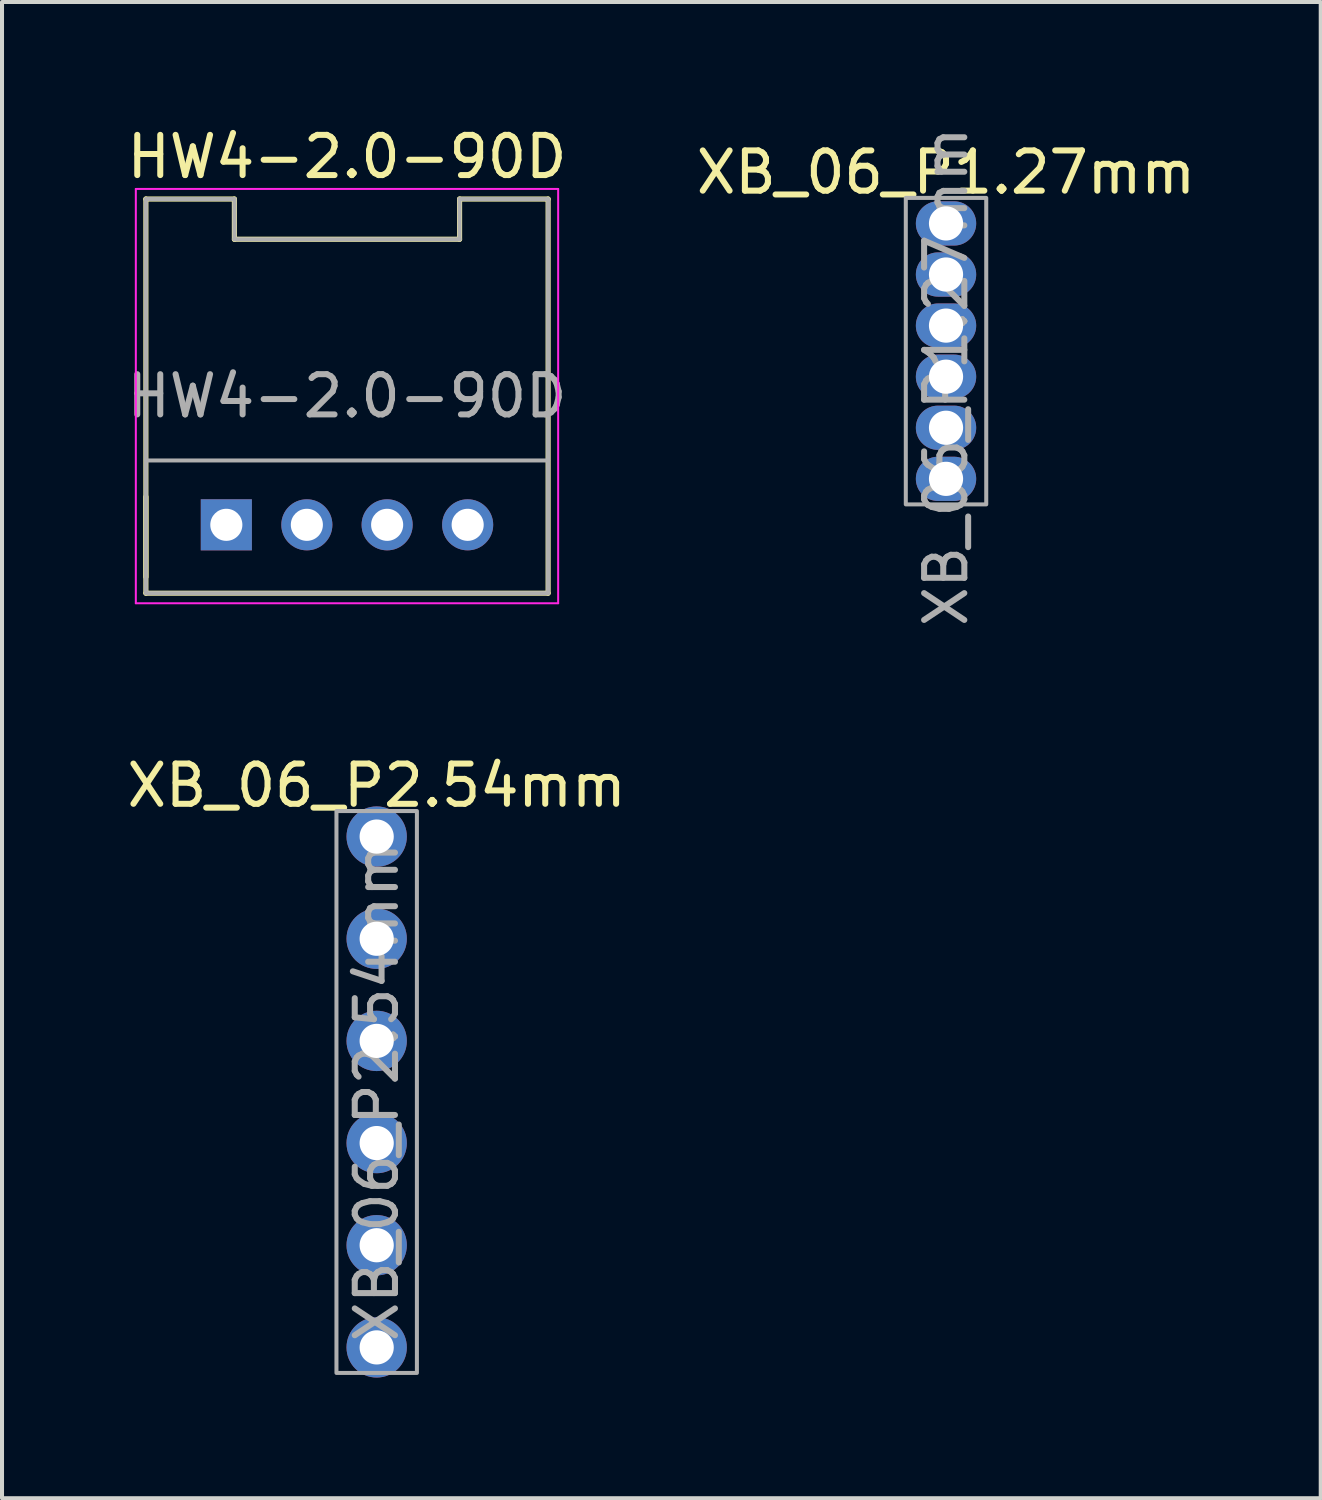
<source format=kicad_pcb>
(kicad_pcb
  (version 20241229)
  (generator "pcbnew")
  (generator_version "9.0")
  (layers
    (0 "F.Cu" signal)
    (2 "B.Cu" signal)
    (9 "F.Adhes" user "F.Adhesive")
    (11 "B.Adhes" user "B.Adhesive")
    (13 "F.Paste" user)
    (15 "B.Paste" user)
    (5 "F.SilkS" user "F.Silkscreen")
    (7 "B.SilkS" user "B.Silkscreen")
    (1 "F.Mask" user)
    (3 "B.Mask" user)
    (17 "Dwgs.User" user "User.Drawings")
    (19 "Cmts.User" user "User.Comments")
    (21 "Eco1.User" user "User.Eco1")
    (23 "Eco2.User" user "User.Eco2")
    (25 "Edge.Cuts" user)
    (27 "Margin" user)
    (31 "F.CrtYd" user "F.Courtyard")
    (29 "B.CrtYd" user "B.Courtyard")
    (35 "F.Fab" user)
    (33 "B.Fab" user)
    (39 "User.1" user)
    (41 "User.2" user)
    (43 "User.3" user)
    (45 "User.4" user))
  (footprint "HW4-2.0-90D"
    (layer "F.Cu")
    (at 5.577 6.798)
    (property "Reference" "HW4-2.0-90D" (at 0 -5.95 0) (layer "F.SilkS") (effects (font (size 1 1) (thickness 0.15))))
    (attr exclude_from_pos_files exclude_from_bom)
    (fp_line (start -5.001 -4.9) (end -2.8 -4.9) (stroke (width 0.127) (type solid)) (layer "F.SilkS"))
    (fp_line (start -5 -4.9) (end -5 4.9) (stroke (width 0.127) (type solid)) (layer "F.SilkS"))
    (fp_line (start -4.999 2.502) (end -4.999 4.498) (stroke (width 0.127) (type solid)) (layer "F.SilkS"))
    (fp_line (start -2.8 -4.9) (end -2.8 -3.899) (stroke (width 0.127) (type solid)) (layer "F.SilkS"))
    (fp_line (start -2.799 -3.9) (end 2.799 -3.9) (stroke (width 0.127) (type solid)) (layer "F.SilkS"))
    (fp_line (start 2.799 -4.9) (end 5 -4.9) (stroke (width 0.127) (type solid)) (layer "F.SilkS"))
    (fp_line (start 2.799 -3.899) (end 2.799 -4.9) (stroke (width 0.127) (type solid)) (layer "F.SilkS"))
    (fp_line (start 5 -4.9) (end 5 4.9) (stroke (width 0.127) (type solid)) (layer "F.SilkS"))
    (fp_line (start 5 4.9) (end -5 4.9) (stroke (width 0.127) (type solid)) (layer "F.SilkS"))
    (fp_line (start -5.25 -5.15) (end -5.25 5.15) (stroke (width 0.05) (type solid)) (layer "F.CrtYd"))
    (fp_line (start -5.25 5.15) (end 5.25 5.15) (stroke (width 0.05) (type solid)) (layer "F.CrtYd"))
    (fp_line (start 5.25 -5.15) (end -5.25 -5.15) (stroke (width 0.05) (type solid)) (layer "F.CrtYd"))
    (fp_line (start 5.25 5.15) (end 5.25 -5.15) (stroke (width 0.05) (type solid)) (layer "F.CrtYd"))
    (fp_line (start -5 -4.9) (end -2.799 -4.9) (stroke (width 0.1) (type solid)) (layer "F.Fab"))
    (fp_line (start -5 1.6) (end 5 1.6) (stroke (width 0.1) (type solid)) (layer "F.Fab"))
    (fp_line (start -5 4.9) (end -5 -4.9) (stroke (width 0.1) (type solid)) (layer "F.Fab"))
    (fp_line (start -5 4.9) (end 5 4.9) (stroke (width 0.1) (type solid)) (layer "F.Fab"))
    (fp_line (start -2.799 -4.9) (end -2.799 -3.899) (stroke (width 0.1) (type solid)) (layer "F.Fab"))
    (fp_line (start -2.799 -3.899) (end 2.799 -3.899) (stroke (width 0.1) (type solid)) (layer "F.Fab"))
    (fp_line (start 2.799 -4.9) (end 5 -4.9) (stroke (width 0.1) (type solid)) (layer "F.Fab"))
    (fp_line (start 2.799 -3.899) (end 2.799 -4.9) (stroke (width 0.1) (type solid)) (layer "F.Fab"))
    (fp_line (start 5 4.9) (end 5 -4.9) (stroke (width 0.1) (type solid)) (layer "F.Fab"))
    (fp_text user "${REFERENCE}" (at 0 0 0) (layer "F.Fab") (effects (font (size 1 1) (thickness 0.15))))
    (pad "1" thru_hole rect (at -3 3.2) (size 1.27 1.27) (drill 0.798) (layers "*.Cu" "*.Mask"))
    (pad "2" thru_hole circle (at -0.998 3.2) (size 1.27 1.27) (drill 0.798) (layers "*.Cu" "*.Mask"))
    (pad "3" thru_hole circle (at 0.998 3.2) (size 1.27 1.27) (drill 0.798) (layers "*.Cu" "*.Mask"))
    (pad "4" thru_hole circle (at 3 3.2) (size 1.27 1.27) (drill 0.798) (layers "*.Cu" "*.Mask")))
  (footprint "XB_06_P2.54mm"
    (layer "F.Cu")
    (at 6.315 17.749)
    (property "Reference" "XB_06_P2.54mm" (at 0 -1.27 0) (unlocked yes) (layer "F.SilkS") (effects (font (size 1 1) (thickness 0.15))))
    (attr through_hole)
    (fp_rect (start -1 -0.635) (end 1 13.335) (stroke (width 0.1) (type default)) (fill no) (layer "F.Fab"))
    (fp_text user "${REFERENCE}" (at 0 6.35 90) (unlocked yes) (layer "F.Fab") (effects (font (size 1 1) (thickness 0.15))))
    (pad "1" thru_hole circle (at 0 0) (size 1.5 1.5) (drill 0.85) (layers "*.Cu" "*.Mask"))
    (pad "2" thru_hole circle (at 0 2.54) (size 1.5 1.5) (drill 0.85) (layers "*.Cu" "*.Mask"))
    (pad "3" thru_hole circle (at 0 5.08) (size 1.5 1.5) (drill 0.85) (layers "*.Cu" "*.Mask"))
    (pad "4" thru_hole circle (at 0 7.62) (size 1.5 1.5) (drill 0.85) (layers "*.Cu" "*.Mask"))
    (pad "5" thru_hole circle (at 0 10.16) (size 1.5 1.5) (drill 0.85) (layers "*.Cu" "*.Mask"))
    (pad "6" thru_hole circle (at 0 12.7) (size 1.5 1.5) (drill 0.85) (layers "*.Cu" "*.Mask")))
  (footprint "XB_06_P1.27mm"
    (layer "F.Cu")
    (at 20.47 2.505)
    (property "Reference" "XB_06_P1.27mm" (at 0 -1.27 0) (unlocked yes) (layer "F.SilkS") (effects (font (size 1 1) (thickness 0.15))))
    (attr through_hole)
    (fp_rect (start -1 -0.635) (end 1 6.985) (stroke (width 0.1) (type default)) (fill no) (layer "F.Fab"))
    (fp_text user "${REFERENCE}" (at 0 3.81 90) (unlocked yes) (layer "F.Fab") (effects (font (size 1 1) (thickness 0.15))))
    (pad "1" thru_hole oval (at 0 0) (size 1.5 1.1) (drill 0.85) (layers "*.Cu" "*.Mask"))
    (pad "2" thru_hole oval (at 0 1.27) (size 1.5 1.1) (drill 0.85) (layers "*.Cu" "*.Mask"))
    (pad "3" thru_hole oval (at 0 2.54) (size 1.5 1.1) (drill 0.85) (layers "*.Cu" "*.Mask"))
    (pad "4" thru_hole oval (at 0 3.81) (size 1.5 1.1) (drill 0.85) (layers "*.Cu" "*.Mask"))
    (pad "5" thru_hole oval (at 0 5.08) (size 1.5 1.1) (drill 0.85) (layers "*.Cu" "*.Mask"))
    (pad "6" thru_hole oval (at 0 6.35) (size 1.5 1.1) (drill 0.85) (layers "*.Cu" "*.Mask")))
  (gr_rect
    (start -3 -3)
    (end 29.786 34.199)
    (stroke (width 0.1) (type default))
    (fill no)
    (layer "Edge.Cuts")))
</source>
